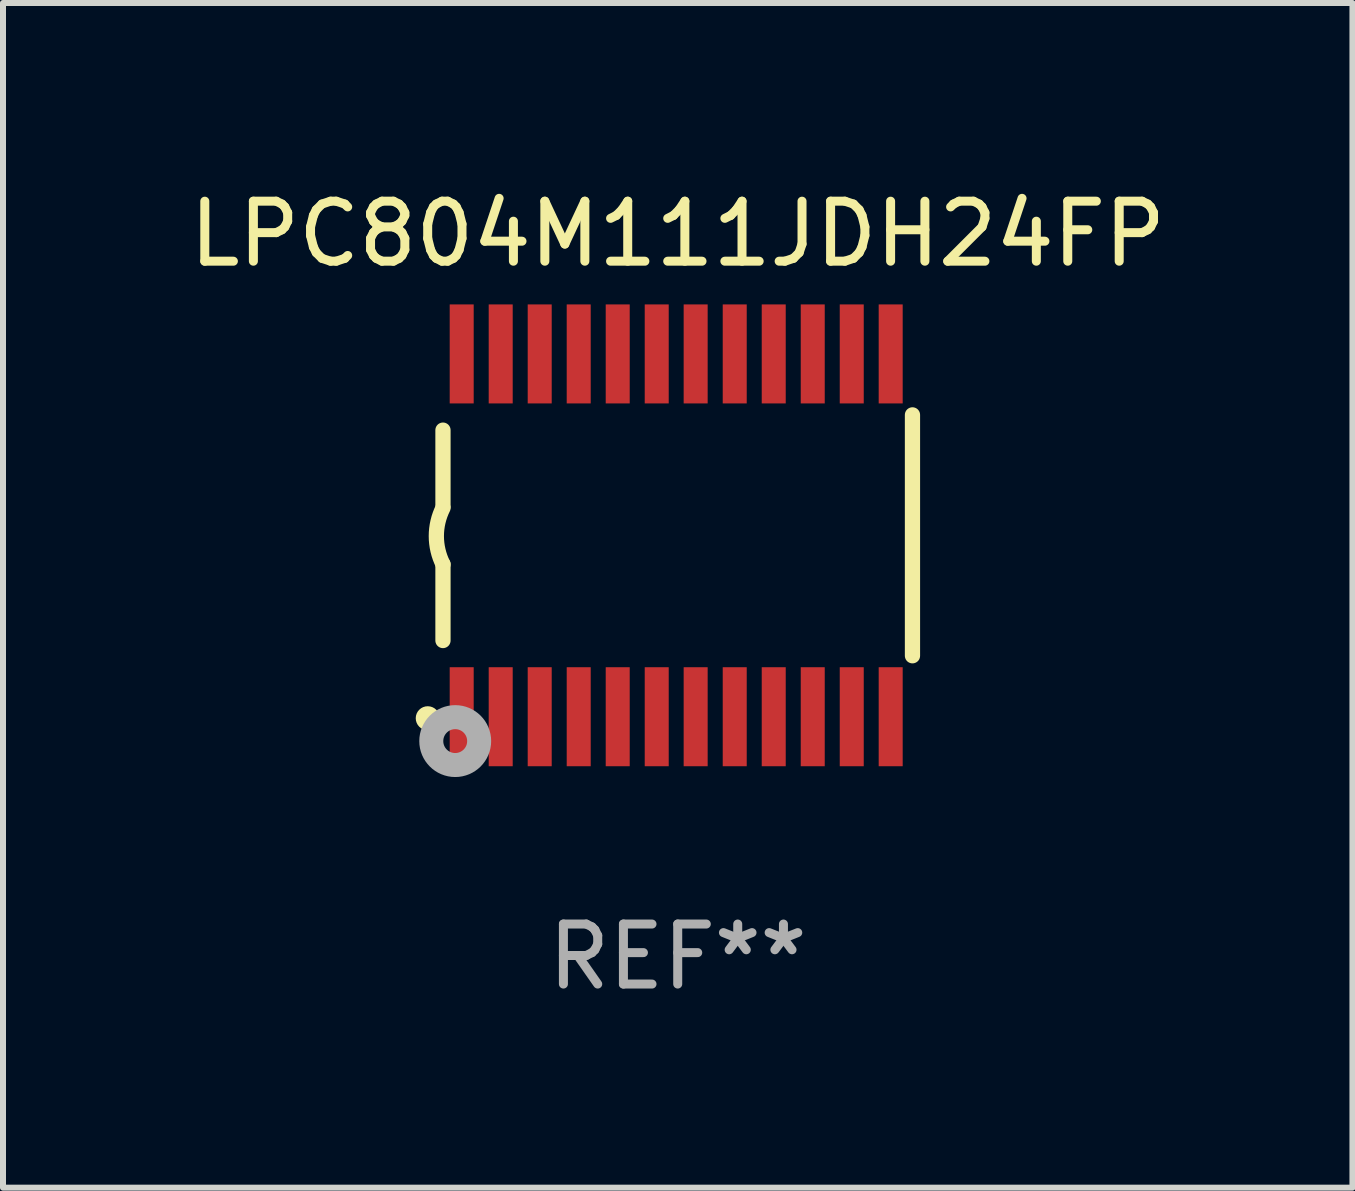
<source format=kicad_pcb>
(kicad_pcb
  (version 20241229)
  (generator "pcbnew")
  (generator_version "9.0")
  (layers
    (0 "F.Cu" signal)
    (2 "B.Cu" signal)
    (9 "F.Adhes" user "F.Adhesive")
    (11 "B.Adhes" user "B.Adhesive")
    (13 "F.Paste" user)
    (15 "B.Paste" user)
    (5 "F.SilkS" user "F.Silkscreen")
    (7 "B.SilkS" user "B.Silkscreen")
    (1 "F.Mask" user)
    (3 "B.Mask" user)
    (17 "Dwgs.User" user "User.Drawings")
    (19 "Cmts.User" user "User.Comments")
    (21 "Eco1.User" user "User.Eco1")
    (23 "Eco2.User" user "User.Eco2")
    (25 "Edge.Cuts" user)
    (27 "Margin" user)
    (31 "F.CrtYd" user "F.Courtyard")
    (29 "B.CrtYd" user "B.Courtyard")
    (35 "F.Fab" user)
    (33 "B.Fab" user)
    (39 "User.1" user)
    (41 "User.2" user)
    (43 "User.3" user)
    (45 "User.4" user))
  (footprint "LPC804M111JDH24FP"
    (layer "F.Cu")
    (at 8.244 5.871)
    (property "Reference" "LPC804M111JDH24FP" (at 0 -5.023 0) (layer "F.SilkS") (effects (font (size 1 1) (thickness 0.15))))
    (attr through_hole)
    (fp_line (start -3.912 -0.483) (end -3.912 -1.753) (stroke (width 0.254) (type solid)) (layer "F.SilkS"))
    (fp_line (start -3.912 1.753) (end -3.912 0.483) (stroke (width 0.254) (type solid)) (layer "F.SilkS"))
    (fp_line (start 3.912 -2.007) (end 3.912 2.007) (stroke (width 0.254) (type solid)) (layer "F.SilkS"))
    (fp_arc (start -3.911608 0.482601) (mid -4.022537 0.0127) (end -3.911608 -0.457201) (stroke (width 0.254001) (type solid)) (layer "F.SilkS"))
    (fp_circle (center -4.166 3.048) (end -4.066 3.048) (stroke (width 0.2) (type solid)) (fill no) (layer "F.SilkS"))
    (fp_circle (center -3.925 3.186) (end -3.895 3.186) (stroke (width 0.06) (type solid)) (fill no) (layer "F.SilkS"))
    (fp_circle (center -3.708 3.429) (end -3.509 3.429) (stroke (width 0.4) (type solid)) (fill no) (layer "F.Fab"))
    (fp_text user "REF**" (at 0 7.023 0) (layer "F.Fab") (effects (font (size 1 1) (thickness 0.15))))
    (pad "1" smd rect (at -3.6 3.023) (size 0.4 1.65) (layers "F.Cu" "F.Mask" "F.Paste"))
    (pad "2" smd rect (at -2.95 3.023) (size 0.4 1.65) (layers "F.Cu" "F.Mask" "F.Paste"))
    (pad "3" smd rect (at -2.3 3.023) (size 0.4 1.65) (layers "F.Cu" "F.Mask" "F.Paste"))
    (pad "4" smd rect (at -1.65 3.023) (size 0.4 1.65) (layers "F.Cu" "F.Mask" "F.Paste"))
    (pad "5" smd rect (at -1 3.023) (size 0.4 1.65) (layers "F.Cu" "F.Mask" "F.Paste"))
    (pad "6" smd rect (at -0.35 3.023) (size 0.4 1.65) (layers "F.Cu" "F.Mask" "F.Paste"))
    (pad "7" smd rect (at 0.299 3.023) (size 0.4 1.65) (layers "F.Cu" "F.Mask" "F.Paste"))
    (pad "8" smd rect (at 0.95 3.023) (size 0.4 1.65) (layers "F.Cu" "F.Mask" "F.Paste"))
    (pad "9" smd rect (at 1.6 3.023) (size 0.4 1.65) (layers "F.Cu" "F.Mask" "F.Paste"))
    (pad "10" smd rect (at 2.25 3.023) (size 0.4 1.65) (layers "F.Cu" "F.Mask" "F.Paste"))
    (pad "11" smd rect (at 2.9 3.023) (size 0.4 1.65) (layers "F.Cu" "F.Mask" "F.Paste"))
    (pad "12" smd rect (at 3.549 3.023) (size 0.4 1.65) (layers "F.Cu" "F.Mask" "F.Paste"))
    (pad "13" smd rect (at 3.549 -3.023) (size 0.4 1.65) (layers "F.Cu" "F.Mask" "F.Paste"))
    (pad "14" smd rect (at 2.9 -3.023) (size 0.4 1.65) (layers "F.Cu" "F.Mask" "F.Paste"))
    (pad "15" smd rect (at 2.25 -3.023) (size 0.4 1.65) (layers "F.Cu" "F.Mask" "F.Paste"))
    (pad "16" smd rect (at 1.6 -3.023) (size 0.4 1.65) (layers "F.Cu" "F.Mask" "F.Paste"))
    (pad "17" smd rect (at 0.95 -3.023) (size 0.4 1.65) (layers "F.Cu" "F.Mask" "F.Paste"))
    (pad "18" smd rect (at 0.299 -3.023) (size 0.4 1.65) (layers "F.Cu" "F.Mask" "F.Paste"))
    (pad "19" smd rect (at -0.35 -3.023) (size 0.4 1.65) (layers "F.Cu" "F.Mask" "F.Paste"))
    (pad "20" smd rect (at -1 -3.023) (size 0.4 1.65) (layers "F.Cu" "F.Mask" "F.Paste"))
    (pad "21" smd rect (at -1.65 -3.023) (size 0.4 1.65) (layers "F.Cu" "F.Mask" "F.Paste"))
    (pad "22" smd rect (at -2.3 -3.023) (size 0.4 1.65) (layers "F.Cu" "F.Mask" "F.Paste"))
    (pad "23" smd rect (at -2.95 -3.023) (size 0.4 1.65) (layers "F.Cu" "F.Mask" "F.Paste"))
    (pad "24" smd rect (at -3.6 -3.023) (size 0.4 1.65) (layers "F.Cu" "F.Mask" "F.Paste")))
  (gr_rect
    (start -3 -3)
    (end 19.488 16.742)
    (stroke (width 0.1) (type default))
    (fill no)
    (layer "Edge.Cuts")))
</source>
